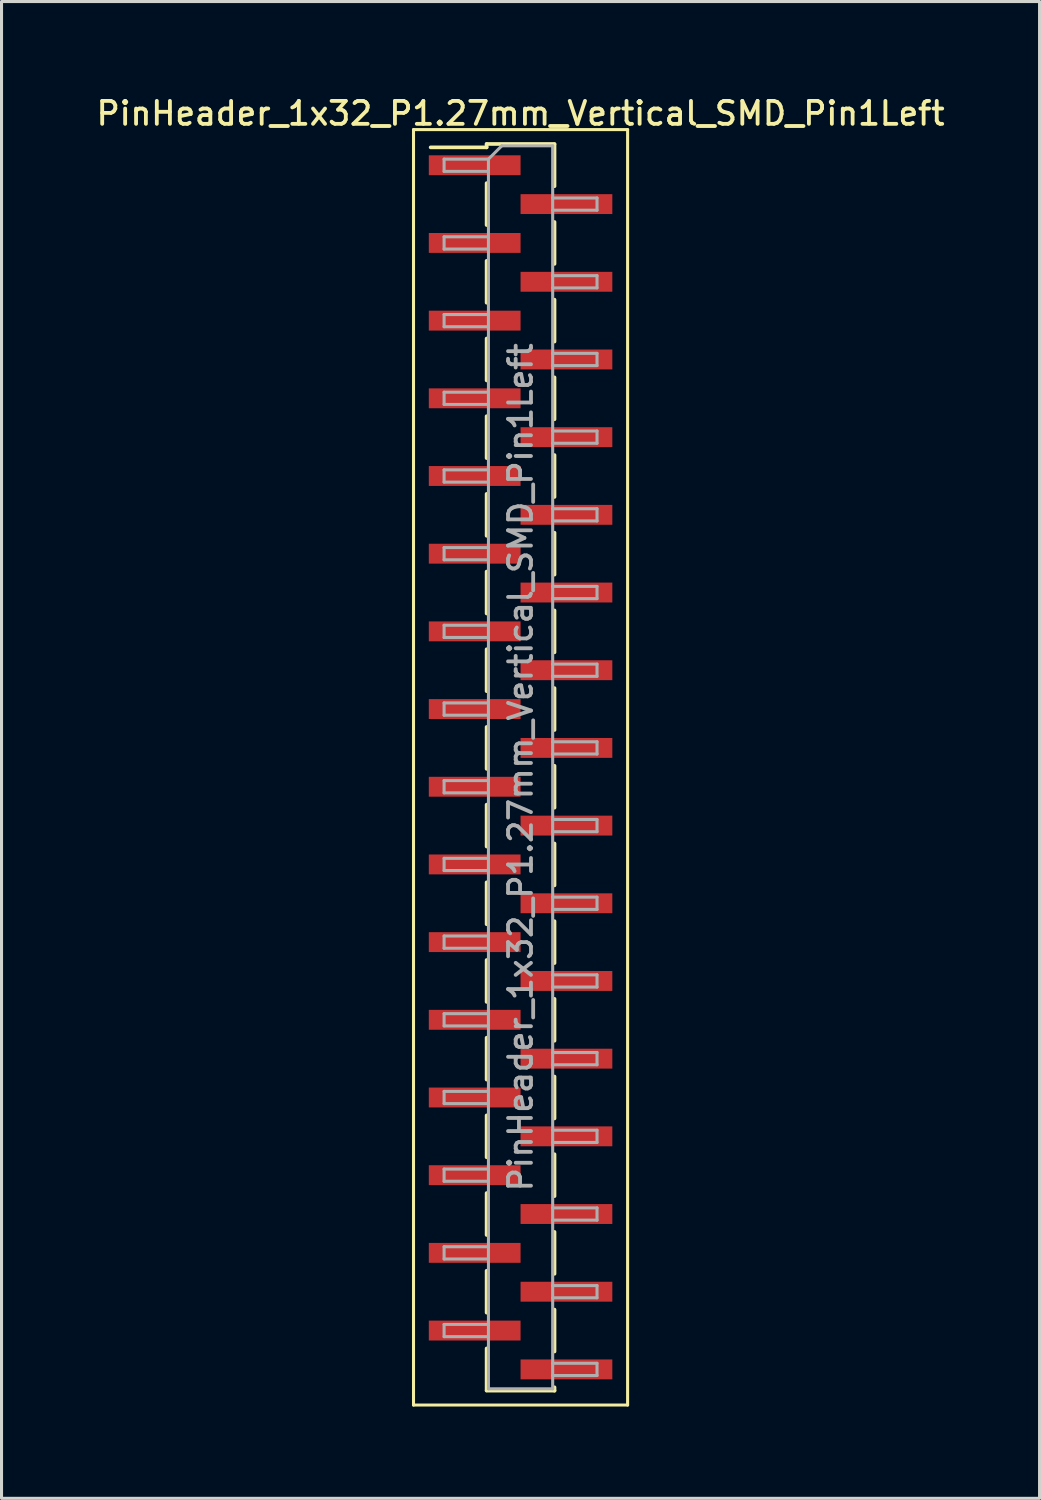
<source format=kicad_pcb>
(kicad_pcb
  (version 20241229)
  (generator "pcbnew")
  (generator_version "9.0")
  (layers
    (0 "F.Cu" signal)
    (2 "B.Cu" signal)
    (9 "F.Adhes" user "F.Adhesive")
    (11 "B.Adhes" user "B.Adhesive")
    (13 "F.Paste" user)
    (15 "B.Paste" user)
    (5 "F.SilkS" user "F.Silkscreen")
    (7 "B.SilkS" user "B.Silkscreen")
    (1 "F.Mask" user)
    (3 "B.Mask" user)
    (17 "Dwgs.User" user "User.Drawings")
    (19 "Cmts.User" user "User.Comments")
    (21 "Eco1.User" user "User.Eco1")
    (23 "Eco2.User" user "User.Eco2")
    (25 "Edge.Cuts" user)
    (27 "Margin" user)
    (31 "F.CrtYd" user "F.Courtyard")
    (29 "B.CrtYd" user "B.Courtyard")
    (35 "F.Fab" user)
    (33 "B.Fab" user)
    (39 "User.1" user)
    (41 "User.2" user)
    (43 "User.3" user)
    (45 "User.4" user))
  (footprint "PinHeader_1x32_P1.27mm_Vertical_SMD_Pin1Left"
    (layer "F.Cu")
    (at 13.97 22.038)
    (property "Reference" "PinHeader_1x32_P1.27mm_Vertical_SMD_Pin1Left" (at 0 -21.38 0) (layer "F.SilkS") (effects (font (size 0.75 0.75) (thickness 0.125))))
    (attr smd)
    (fp_line (start -3.5 -20.85) (end -3.5 20.85) (stroke (width 0.1) (type solid)) (layer "F.SilkS"))
    (fp_line (start -3.5 20.85) (end 3.5 20.85) (stroke (width 0.1) (type solid)) (layer "F.SilkS"))
    (fp_line (start -1.11 -20.38) (end -1.11 -20.27) (stroke (width 0.12) (type solid)) (layer "F.SilkS"))
    (fp_line (start -1.11 -20.38) (end 1.11 -20.38) (stroke (width 0.12) (type solid)) (layer "F.SilkS"))
    (fp_line (start -1.11 -20.27) (end -2.94 -20.27) (stroke (width 0.12) (type solid)) (layer "F.SilkS"))
    (fp_line (start -1.11 -19.1) (end -1.11 -17.73) (stroke (width 0.12) (type solid)) (layer "F.SilkS"))
    (fp_line (start -1.11 -16.56) (end -1.11 -15.19) (stroke (width 0.12) (type solid)) (layer "F.SilkS"))
    (fp_line (start -1.11 -14.02) (end -1.11 -12.65) (stroke (width 0.12) (type solid)) (layer "F.SilkS"))
    (fp_line (start -1.11 -11.48) (end -1.11 -10.11) (stroke (width 0.12) (type solid)) (layer "F.SilkS"))
    (fp_line (start -1.11 -8.94) (end -1.11 -7.57) (stroke (width 0.12) (type solid)) (layer "F.SilkS"))
    (fp_line (start -1.11 -6.4) (end -1.11 -5.03) (stroke (width 0.12) (type solid)) (layer "F.SilkS"))
    (fp_line (start -1.11 -3.86) (end -1.11 -2.49) (stroke (width 0.12) (type solid)) (layer "F.SilkS"))
    (fp_line (start -1.11 -1.32) (end -1.11 0.05) (stroke (width 0.12) (type solid)) (layer "F.SilkS"))
    (fp_line (start -1.11 1.22) (end -1.11 2.59) (stroke (width 0.12) (type solid)) (layer "F.SilkS"))
    (fp_line (start -1.11 3.76) (end -1.11 5.13) (stroke (width 0.12) (type solid)) (layer "F.SilkS"))
    (fp_line (start -1.11 6.3) (end -1.11 7.67) (stroke (width 0.12) (type solid)) (layer "F.SilkS"))
    (fp_line (start -1.11 8.84) (end -1.11 10.21) (stroke (width 0.12) (type solid)) (layer "F.SilkS"))
    (fp_line (start -1.11 11.38) (end -1.11 12.75) (stroke (width 0.12) (type solid)) (layer "F.SilkS"))
    (fp_line (start -1.11 13.92) (end -1.11 15.29) (stroke (width 0.12) (type solid)) (layer "F.SilkS"))
    (fp_line (start -1.11 16.46) (end -1.11 17.83) (stroke (width 0.12) (type solid)) (layer "F.SilkS"))
    (fp_line (start -1.11 19) (end -1.11 20.37) (stroke (width 0.12) (type solid)) (layer "F.SilkS"))
    (fp_line (start -1.11 20.38) (end 1.11 20.38) (stroke (width 0.12) (type solid)) (layer "F.SilkS"))
    (fp_line (start 1.11 -20.37) (end 1.11 -19) (stroke (width 0.12) (type solid)) (layer "F.SilkS"))
    (fp_line (start 1.11 -17.83) (end 1.11 -16.46) (stroke (width 0.12) (type solid)) (layer "F.SilkS"))
    (fp_line (start 1.11 -15.29) (end 1.11 -13.92) (stroke (width 0.12) (type solid)) (layer "F.SilkS"))
    (fp_line (start 1.11 -12.75) (end 1.11 -11.38) (stroke (width 0.12) (type solid)) (layer "F.SilkS"))
    (fp_line (start 1.11 -10.21) (end 1.11 -8.84) (stroke (width 0.12) (type solid)) (layer "F.SilkS"))
    (fp_line (start 1.11 -7.67) (end 1.11 -6.3) (stroke (width 0.12) (type solid)) (layer "F.SilkS"))
    (fp_line (start 1.11 -5.13) (end 1.11 -3.76) (stroke (width 0.12) (type solid)) (layer "F.SilkS"))
    (fp_line (start 1.11 -2.59) (end 1.11 -1.22) (stroke (width 0.12) (type solid)) (layer "F.SilkS"))
    (fp_line (start 1.11 -0.05) (end 1.11 1.32) (stroke (width 0.12) (type solid)) (layer "F.SilkS"))
    (fp_line (start 1.11 2.49) (end 1.11 3.86) (stroke (width 0.12) (type solid)) (layer "F.SilkS"))
    (fp_line (start 1.11 5.03) (end 1.11 6.4) (stroke (width 0.12) (type solid)) (layer "F.SilkS"))
    (fp_line (start 1.11 7.57) (end 1.11 8.94) (stroke (width 0.12) (type solid)) (layer "F.SilkS"))
    (fp_line (start 1.11 10.11) (end 1.11 11.48) (stroke (width 0.12) (type solid)) (layer "F.SilkS"))
    (fp_line (start 1.11 12.65) (end 1.11 14.02) (stroke (width 0.12) (type solid)) (layer "F.SilkS"))
    (fp_line (start 1.11 15.19) (end 1.11 16.56) (stroke (width 0.12) (type solid)) (layer "F.SilkS"))
    (fp_line (start 1.11 17.73) (end 1.11 19.1) (stroke (width 0.12) (type solid)) (layer "F.SilkS"))
    (fp_line (start 1.11 20.27) (end 1.11 20.38) (stroke (width 0.12) (type solid)) (layer "F.SilkS"))
    (fp_line (start 3.5 -20.85) (end -3.5 -20.85) (stroke (width 0.1) (type solid)) (layer "F.SilkS"))
    (fp_line (start 3.5 20.85) (end 3.5 -20.85) (stroke (width 0.1) (type solid)) (layer "F.SilkS"))
    (fp_line (start -2.5 -19.885) (end -2.5 -19.485) (stroke (width 0.1) (type solid)) (layer "F.Fab"))
    (fp_line (start -2.5 -19.485) (end -1.05 -19.485) (stroke (width 0.1) (type solid)) (layer "F.Fab"))
    (fp_line (start -2.5 -17.345) (end -2.5 -16.945) (stroke (width 0.1) (type solid)) (layer "F.Fab"))
    (fp_line (start -2.5 -16.945) (end -1.05 -16.945) (stroke (width 0.1) (type solid)) (layer "F.Fab"))
    (fp_line (start -2.5 -14.805) (end -2.5 -14.405) (stroke (width 0.1) (type solid)) (layer "F.Fab"))
    (fp_line (start -2.5 -14.405) (end -1.05 -14.405) (stroke (width 0.1) (type solid)) (layer "F.Fab"))
    (fp_line (start -2.5 -12.265) (end -2.5 -11.865) (stroke (width 0.1) (type solid)) (layer "F.Fab"))
    (fp_line (start -2.5 -11.865) (end -1.05 -11.865) (stroke (width 0.1) (type solid)) (layer "F.Fab"))
    (fp_line (start -2.5 -9.725) (end -2.5 -9.325) (stroke (width 0.1) (type solid)) (layer "F.Fab"))
    (fp_line (start -2.5 -9.325) (end -1.05 -9.325) (stroke (width 0.1) (type solid)) (layer "F.Fab"))
    (fp_line (start -2.5 -7.185) (end -2.5 -6.785) (stroke (width 0.1) (type solid)) (layer "F.Fab"))
    (fp_line (start -2.5 -6.785) (end -1.05 -6.785) (stroke (width 0.1) (type solid)) (layer "F.Fab"))
    (fp_line (start -2.5 -4.645) (end -2.5 -4.245) (stroke (width 0.1) (type solid)) (layer "F.Fab"))
    (fp_line (start -2.5 -4.245) (end -1.05 -4.245) (stroke (width 0.1) (type solid)) (layer "F.Fab"))
    (fp_line (start -2.5 -2.105) (end -2.5 -1.705) (stroke (width 0.1) (type solid)) (layer "F.Fab"))
    (fp_line (start -2.5 -1.705) (end -1.05 -1.705) (stroke (width 0.1) (type solid)) (layer "F.Fab"))
    (fp_line (start -2.5 0.435) (end -2.5 0.835) (stroke (width 0.1) (type solid)) (layer "F.Fab"))
    (fp_line (start -2.5 0.835) (end -1.05 0.835) (stroke (width 0.1) (type solid)) (layer "F.Fab"))
    (fp_line (start -2.5 2.975) (end -2.5 3.375) (stroke (width 0.1) (type solid)) (layer "F.Fab"))
    (fp_line (start -2.5 3.375) (end -1.05 3.375) (stroke (width 0.1) (type solid)) (layer "F.Fab"))
    (fp_line (start -2.5 5.515) (end -2.5 5.915) (stroke (width 0.1) (type solid)) (layer "F.Fab"))
    (fp_line (start -2.5 5.915) (end -1.05 5.915) (stroke (width 0.1) (type solid)) (layer "F.Fab"))
    (fp_line (start -2.5 8.055) (end -2.5 8.455) (stroke (width 0.1) (type solid)) (layer "F.Fab"))
    (fp_line (start -2.5 8.455) (end -1.05 8.455) (stroke (width 0.1) (type solid)) (layer "F.Fab"))
    (fp_line (start -2.5 10.595) (end -2.5 10.995) (stroke (width 0.1) (type solid)) (layer "F.Fab"))
    (fp_line (start -2.5 10.995) (end -1.05 10.995) (stroke (width 0.1) (type solid)) (layer "F.Fab"))
    (fp_line (start -2.5 13.135) (end -2.5 13.535) (stroke (width 0.1) (type solid)) (layer "F.Fab"))
    (fp_line (start -2.5 13.535) (end -1.05 13.535) (stroke (width 0.1) (type solid)) (layer "F.Fab"))
    (fp_line (start -2.5 15.675) (end -2.5 16.075) (stroke (width 0.1) (type solid)) (layer "F.Fab"))
    (fp_line (start -2.5 16.075) (end -1.05 16.075) (stroke (width 0.1) (type solid)) (layer "F.Fab"))
    (fp_line (start -2.5 18.215) (end -2.5 18.615) (stroke (width 0.1) (type solid)) (layer "F.Fab"))
    (fp_line (start -2.5 18.615) (end -1.05 18.615) (stroke (width 0.1) (type solid)) (layer "F.Fab"))
    (fp_line (start -1.05 -19.885) (end -2.5 -19.885) (stroke (width 0.1) (type solid)) (layer "F.Fab"))
    (fp_line (start -1.05 -19.885) (end -0.615 -20.32) (stroke (width 0.1) (type solid)) (layer "F.Fab"))
    (fp_line (start -1.05 -17.345) (end -2.5 -17.345) (stroke (width 0.1) (type solid)) (layer "F.Fab"))
    (fp_line (start -1.05 -14.805) (end -2.5 -14.805) (stroke (width 0.1) (type solid)) (layer "F.Fab"))
    (fp_line (start -1.05 -12.265) (end -2.5 -12.265) (stroke (width 0.1) (type solid)) (layer "F.Fab"))
    (fp_line (start -1.05 -9.725) (end -2.5 -9.725) (stroke (width 0.1) (type solid)) (layer "F.Fab"))
    (fp_line (start -1.05 -7.185) (end -2.5 -7.185) (stroke (width 0.1) (type solid)) (layer "F.Fab"))
    (fp_line (start -1.05 -4.645) (end -2.5 -4.645) (stroke (width 0.1) (type solid)) (layer "F.Fab"))
    (fp_line (start -1.05 -2.105) (end -2.5 -2.105) (stroke (width 0.1) (type solid)) (layer "F.Fab"))
    (fp_line (start -1.05 0.435) (end -2.5 0.435) (stroke (width 0.1) (type solid)) (layer "F.Fab"))
    (fp_line (start -1.05 2.975) (end -2.5 2.975) (stroke (width 0.1) (type solid)) (layer "F.Fab"))
    (fp_line (start -1.05 5.515) (end -2.5 5.515) (stroke (width 0.1) (type solid)) (layer "F.Fab"))
    (fp_line (start -1.05 8.055) (end -2.5 8.055) (stroke (width 0.1) (type solid)) (layer "F.Fab"))
    (fp_line (start -1.05 10.595) (end -2.5 10.595) (stroke (width 0.1) (type solid)) (layer "F.Fab"))
    (fp_line (start -1.05 13.135) (end -2.5 13.135) (stroke (width 0.1) (type solid)) (layer "F.Fab"))
    (fp_line (start -1.05 15.675) (end -2.5 15.675) (stroke (width 0.1) (type solid)) (layer "F.Fab"))
    (fp_line (start -1.05 18.215) (end -2.5 18.215) (stroke (width 0.1) (type solid)) (layer "F.Fab"))
    (fp_line (start -1.05 20.32) (end -1.05 -19.885) (stroke (width 0.1) (type solid)) (layer "F.Fab"))
    (fp_line (start -0.615 -20.32) (end 1.05 -20.32) (stroke (width 0.1) (type solid)) (layer "F.Fab"))
    (fp_line (start 1.05 -20.32) (end 1.05 20.32) (stroke (width 0.1) (type solid)) (layer "F.Fab"))
    (fp_line (start 1.05 -18.615) (end 2.5 -18.615) (stroke (width 0.1) (type solid)) (layer "F.Fab"))
    (fp_line (start 1.05 -16.075) (end 2.5 -16.075) (stroke (width 0.1) (type solid)) (layer "F.Fab"))
    (fp_line (start 1.05 -13.535) (end 2.5 -13.535) (stroke (width 0.1) (type solid)) (layer "F.Fab"))
    (fp_line (start 1.05 -10.995) (end 2.5 -10.995) (stroke (width 0.1) (type solid)) (layer "F.Fab"))
    (fp_line (start 1.05 -8.455) (end 2.5 -8.455) (stroke (width 0.1) (type solid)) (layer "F.Fab"))
    (fp_line (start 1.05 -5.915) (end 2.5 -5.915) (stroke (width 0.1) (type solid)) (layer "F.Fab"))
    (fp_line (start 1.05 -3.375) (end 2.5 -3.375) (stroke (width 0.1) (type solid)) (layer "F.Fab"))
    (fp_line (start 1.05 -0.835) (end 2.5 -0.835) (stroke (width 0.1) (type solid)) (layer "F.Fab"))
    (fp_line (start 1.05 1.705) (end 2.5 1.705) (stroke (width 0.1) (type solid)) (layer "F.Fab"))
    (fp_line (start 1.05 4.245) (end 2.5 4.245) (stroke (width 0.1) (type solid)) (layer "F.Fab"))
    (fp_line (start 1.05 6.785) (end 2.5 6.785) (stroke (width 0.1) (type solid)) (layer "F.Fab"))
    (fp_line (start 1.05 9.325) (end 2.5 9.325) (stroke (width 0.1) (type solid)) (layer "F.Fab"))
    (fp_line (start 1.05 11.865) (end 2.5 11.865) (stroke (width 0.1) (type solid)) (layer "F.Fab"))
    (fp_line (start 1.05 14.405) (end 2.5 14.405) (stroke (width 0.1) (type solid)) (layer "F.Fab"))
    (fp_line (start 1.05 16.945) (end 2.5 16.945) (stroke (width 0.1) (type solid)) (layer "F.Fab"))
    (fp_line (start 1.05 19.485) (end 2.5 19.485) (stroke (width 0.1) (type solid)) (layer "F.Fab"))
    (fp_line (start 1.05 20.32) (end -1.05 20.32) (stroke (width 0.1) (type solid)) (layer "F.Fab"))
    (fp_line (start 2.5 -18.615) (end 2.5 -18.215) (stroke (width 0.1) (type solid)) (layer "F.Fab"))
    (fp_line (start 2.5 -18.215) (end 1.05 -18.215) (stroke (width 0.1) (type solid)) (layer "F.Fab"))
    (fp_line (start 2.5 -16.075) (end 2.5 -15.675) (stroke (width 0.1) (type solid)) (layer "F.Fab"))
    (fp_line (start 2.5 -15.675) (end 1.05 -15.675) (stroke (width 0.1) (type solid)) (layer "F.Fab"))
    (fp_line (start 2.5 -13.535) (end 2.5 -13.135) (stroke (width 0.1) (type solid)) (layer "F.Fab"))
    (fp_line (start 2.5 -13.135) (end 1.05 -13.135) (stroke (width 0.1) (type solid)) (layer "F.Fab"))
    (fp_line (start 2.5 -10.995) (end 2.5 -10.595) (stroke (width 0.1) (type solid)) (layer "F.Fab"))
    (fp_line (start 2.5 -10.595) (end 1.05 -10.595) (stroke (width 0.1) (type solid)) (layer "F.Fab"))
    (fp_line (start 2.5 -8.455) (end 2.5 -8.055) (stroke (width 0.1) (type solid)) (layer "F.Fab"))
    (fp_line (start 2.5 -8.055) (end 1.05 -8.055) (stroke (width 0.1) (type solid)) (layer "F.Fab"))
    (fp_line (start 2.5 -5.915) (end 2.5 -5.515) (stroke (width 0.1) (type solid)) (layer "F.Fab"))
    (fp_line (start 2.5 -5.515) (end 1.05 -5.515) (stroke (width 0.1) (type solid)) (layer "F.Fab"))
    (fp_line (start 2.5 -3.375) (end 2.5 -2.975) (stroke (width 0.1) (type solid)) (layer "F.Fab"))
    (fp_line (start 2.5 -2.975) (end 1.05 -2.975) (stroke (width 0.1) (type solid)) (layer "F.Fab"))
    (fp_line (start 2.5 -0.835) (end 2.5 -0.435) (stroke (width 0.1) (type solid)) (layer "F.Fab"))
    (fp_line (start 2.5 -0.435) (end 1.05 -0.435) (stroke (width 0.1) (type solid)) (layer "F.Fab"))
    (fp_line (start 2.5 1.705) (end 2.5 2.105) (stroke (width 0.1) (type solid)) (layer "F.Fab"))
    (fp_line (start 2.5 2.105) (end 1.05 2.105) (stroke (width 0.1) (type solid)) (layer "F.Fab"))
    (fp_line (start 2.5 4.245) (end 2.5 4.645) (stroke (width 0.1) (type solid)) (layer "F.Fab"))
    (fp_line (start 2.5 4.645) (end 1.05 4.645) (stroke (width 0.1) (type solid)) (layer "F.Fab"))
    (fp_line (start 2.5 6.785) (end 2.5 7.185) (stroke (width 0.1) (type solid)) (layer "F.Fab"))
    (fp_line (start 2.5 7.185) (end 1.05 7.185) (stroke (width 0.1) (type solid)) (layer "F.Fab"))
    (fp_line (start 2.5 9.325) (end 2.5 9.725) (stroke (width 0.1) (type solid)) (layer "F.Fab"))
    (fp_line (start 2.5 9.725) (end 1.05 9.725) (stroke (width 0.1) (type solid)) (layer "F.Fab"))
    (fp_line (start 2.5 11.865) (end 2.5 12.265) (stroke (width 0.1) (type solid)) (layer "F.Fab"))
    (fp_line (start 2.5 12.265) (end 1.05 12.265) (stroke (width 0.1) (type solid)) (layer "F.Fab"))
    (fp_line (start 2.5 14.405) (end 2.5 14.805) (stroke (width 0.1) (type solid)) (layer "F.Fab"))
    (fp_line (start 2.5 14.805) (end 1.05 14.805) (stroke (width 0.1) (type solid)) (layer "F.Fab"))
    (fp_line (start 2.5 16.945) (end 2.5 17.345) (stroke (width 0.1) (type solid)) (layer "F.Fab"))
    (fp_line (start 2.5 17.345) (end 1.05 17.345) (stroke (width 0.1) (type solid)) (layer "F.Fab"))
    (fp_line (start 2.5 19.485) (end 2.5 19.885) (stroke (width 0.1) (type solid)) (layer "F.Fab"))
    (fp_line (start 2.5 19.885) (end 1.05 19.885) (stroke (width 0.1) (type solid)) (layer "F.Fab"))
    (fp_text user "${REFERENCE}" (at 0 0 90) (layer "F.Fab") (effects (font (size 0.75 0.75) (thickness 0.125))))
    (pad "1" smd rect (at -1.5 -19.685) (size 3 0.65) (layers "F.Cu" "F.Mask" "F.Paste"))
    (pad "2" smd rect (at 1.5 -18.415) (size 3 0.65) (layers "F.Cu" "F.Mask" "F.Paste"))
    (pad "3" smd rect (at -1.5 -17.145) (size 3 0.65) (layers "F.Cu" "F.Mask" "F.Paste"))
    (pad "4" smd rect (at 1.5 -15.875) (size 3 0.65) (layers "F.Cu" "F.Mask" "F.Paste"))
    (pad "5" smd rect (at -1.5 -14.605) (size 3 0.65) (layers "F.Cu" "F.Mask" "F.Paste"))
    (pad "6" smd rect (at 1.5 -13.335) (size 3 0.65) (layers "F.Cu" "F.Mask" "F.Paste"))
    (pad "7" smd rect (at -1.5 -12.065) (size 3 0.65) (layers "F.Cu" "F.Mask" "F.Paste"))
    (pad "8" smd rect (at 1.5 -10.795) (size 3 0.65) (layers "F.Cu" "F.Mask" "F.Paste"))
    (pad "9" smd rect (at -1.5 -9.525) (size 3 0.65) (layers "F.Cu" "F.Mask" "F.Paste"))
    (pad "10" smd rect (at 1.5 -8.255) (size 3 0.65) (layers "F.Cu" "F.Mask" "F.Paste"))
    (pad "11" smd rect (at -1.5 -6.985) (size 3 0.65) (layers "F.Cu" "F.Mask" "F.Paste"))
    (pad "12" smd rect (at 1.5 -5.715) (size 3 0.65) (layers "F.Cu" "F.Mask" "F.Paste"))
    (pad "13" smd rect (at -1.5 -4.445) (size 3 0.65) (layers "F.Cu" "F.Mask" "F.Paste"))
    (pad "14" smd rect (at 1.5 -3.175) (size 3 0.65) (layers "F.Cu" "F.Mask" "F.Paste"))
    (pad "15" smd rect (at -1.5 -1.905) (size 3 0.65) (layers "F.Cu" "F.Mask" "F.Paste"))
    (pad "16" smd rect (at 1.5 -0.635) (size 3 0.65) (layers "F.Cu" "F.Mask" "F.Paste"))
    (pad "17" smd rect (at -1.5 0.635) (size 3 0.65) (layers "F.Cu" "F.Mask" "F.Paste"))
    (pad "18" smd rect (at 1.5 1.905) (size 3 0.65) (layers "F.Cu" "F.Mask" "F.Paste"))
    (pad "19" smd rect (at -1.5 3.175) (size 3 0.65) (layers "F.Cu" "F.Mask" "F.Paste"))
    (pad "20" smd rect (at 1.5 4.445) (size 3 0.65) (layers "F.Cu" "F.Mask" "F.Paste"))
    (pad "21" smd rect (at -1.5 5.715) (size 3 0.65) (layers "F.Cu" "F.Mask" "F.Paste"))
    (pad "22" smd rect (at 1.5 6.985) (size 3 0.65) (layers "F.Cu" "F.Mask" "F.Paste"))
    (pad "23" smd rect (at -1.5 8.255) (size 3 0.65) (layers "F.Cu" "F.Mask" "F.Paste"))
    (pad "24" smd rect (at 1.5 9.525) (size 3 0.65) (layers "F.Cu" "F.Mask" "F.Paste"))
    (pad "25" smd rect (at -1.5 10.795) (size 3 0.65) (layers "F.Cu" "F.Mask" "F.Paste"))
    (pad "26" smd rect (at 1.5 12.065) (size 3 0.65) (layers "F.Cu" "F.Mask" "F.Paste"))
    (pad "27" smd rect (at -1.5 13.335) (size 3 0.65) (layers "F.Cu" "F.Mask" "F.Paste"))
    (pad "28" smd rect (at 1.5 14.605) (size 3 0.65) (layers "F.Cu" "F.Mask" "F.Paste"))
    (pad "29" smd rect (at -1.5 15.875) (size 3 0.65) (layers "F.Cu" "F.Mask" "F.Paste"))
    (pad "30" smd rect (at 1.5 17.145) (size 3 0.65) (layers "F.Cu" "F.Mask" "F.Paste"))
    (pad "31" smd rect (at -1.5 18.415) (size 3 0.65) (layers "F.Cu" "F.Mask" "F.Paste"))
    (pad "32" smd rect (at 1.5 19.685) (size 3 0.65) (layers "F.Cu" "F.Mask" "F.Paste")))
  (gr_rect
    (start -3 -3)
    (end 30.939 45.938)
    (stroke (width 0.1) (type default))
    (fill no)
    (layer "Edge.Cuts")))
</source>
